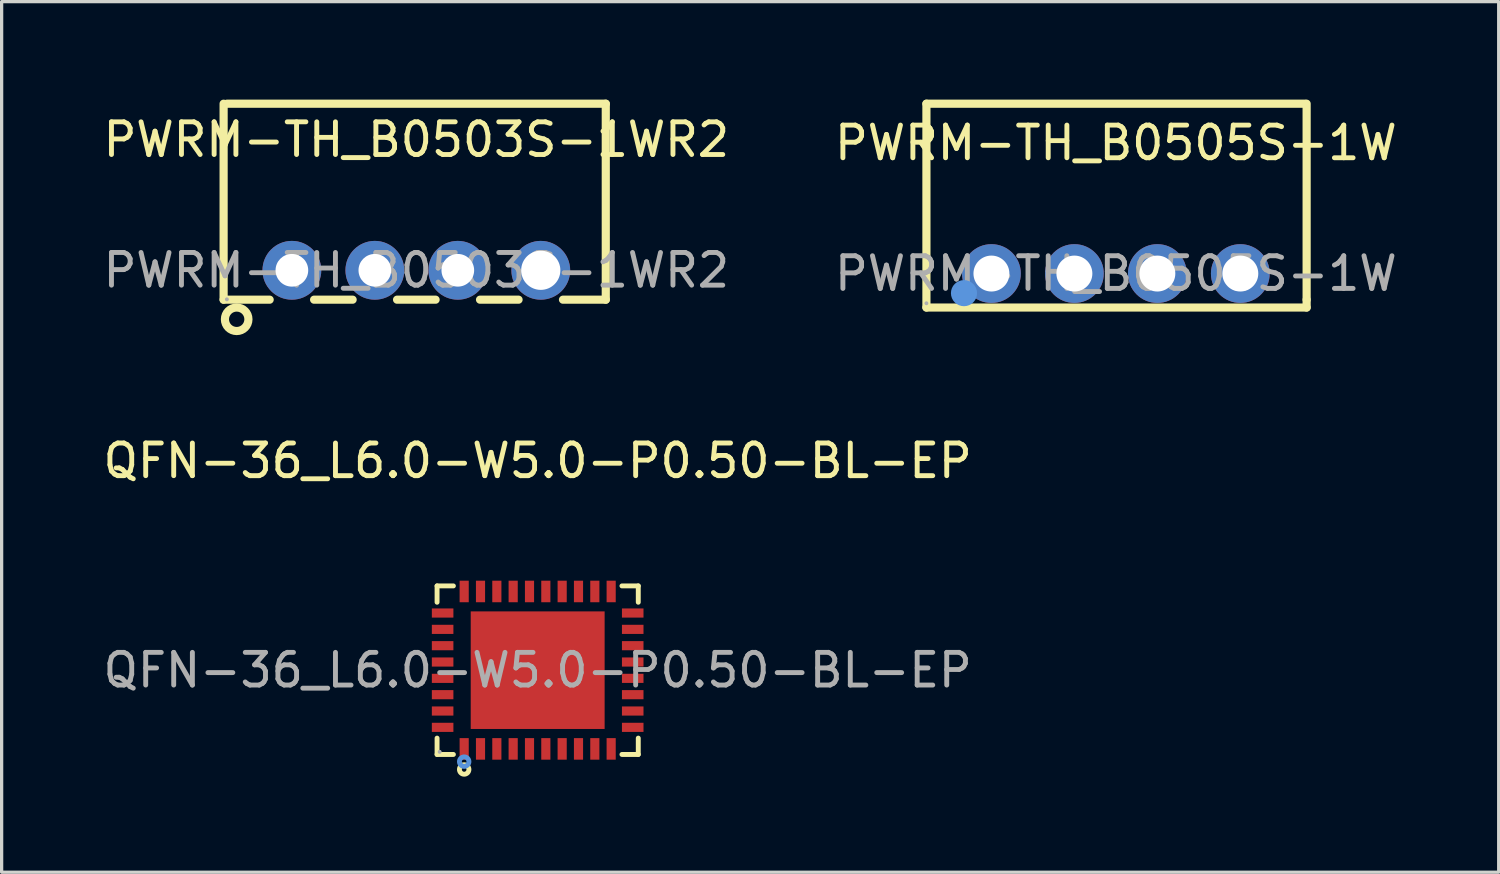
<source format=kicad_pcb>
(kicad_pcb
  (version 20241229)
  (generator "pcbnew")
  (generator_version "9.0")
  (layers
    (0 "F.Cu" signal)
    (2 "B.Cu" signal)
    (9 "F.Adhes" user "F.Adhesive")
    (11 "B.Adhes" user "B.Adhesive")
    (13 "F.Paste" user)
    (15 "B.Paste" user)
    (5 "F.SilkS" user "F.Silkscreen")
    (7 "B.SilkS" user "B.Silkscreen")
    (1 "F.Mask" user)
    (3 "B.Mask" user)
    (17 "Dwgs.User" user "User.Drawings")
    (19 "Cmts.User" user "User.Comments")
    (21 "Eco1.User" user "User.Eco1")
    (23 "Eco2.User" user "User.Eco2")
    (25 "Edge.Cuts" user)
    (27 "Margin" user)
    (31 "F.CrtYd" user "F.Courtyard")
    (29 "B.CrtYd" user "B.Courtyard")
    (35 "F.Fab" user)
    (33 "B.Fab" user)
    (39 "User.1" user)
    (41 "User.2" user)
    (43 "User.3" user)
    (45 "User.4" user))
  (footprint "PWRM-TH_B0503S-1WR2"
    (layer "F.Cu")
    (at 9.696 5.225)
    (property "Reference" "PWRM-TH_B0503S-1WR2" (at 0 -4 0) (layer "F.SilkS") (effects (font (size 1 1) (thickness 0.15))))
    (attr smd)
    (fp_line (start -5.9 0.9) (end -5.9 -5.1) (stroke (width 0.25) (type solid)) (layer "F.SilkS"))
    (fp_line (start -5.8 -5.1) (end 5.8 -5.1) (stroke (width 0.25) (type solid)) (layer "F.SilkS"))
    (fp_line (start -4.49 0.9) (end -5.9 0.9) (stroke (width 0.25) (type solid)) (layer "F.SilkS"))
    (fp_line (start -1.95 0.9) (end -3.13 0.9) (stroke (width 0.25) (type solid)) (layer "F.SilkS"))
    (fp_line (start 0.59 0.9) (end -0.59 0.9) (stroke (width 0.25) (type solid)) (layer "F.SilkS"))
    (fp_line (start 3.13 0.9) (end 1.95 0.9) (stroke (width 0.25) (type solid)) (layer "F.SilkS"))
    (fp_line (start 5.8 -5.1) (end 5.8 0.9) (stroke (width 0.25) (type solid)) (layer "F.SilkS"))
    (fp_line (start 5.8 0.9) (end 4.49 0.9) (stroke (width 0.25) (type solid)) (layer "F.SilkS"))
    (fp_circle (center -5.5 1.5) (end -5.14 1.5) (stroke (width 0.25) (type solid)) (fill no) (layer "F.SilkS"))
    (fp_circle (center -5.8 0.89) (end -5.77 0.89) (stroke (width 0.06) (type solid)) (fill no) (layer "F.Fab"))
    (fp_text user "${REFERENCE}" (at 0 0 0) (layer "F.Fab") (effects (font (size 1 1) (thickness 0.15))))
    (pad "1" thru_hole circle (at -3.81 0) (size 1.8 1.8) (drill 1) (layers "*.Cu" "*.Paste" "*.Mask"))
    (pad "2" thru_hole circle (at -1.27 0) (size 1.8 1.8) (drill 1) (layers "*.Cu" "*.Paste" "*.Mask"))
    (pad "3" thru_hole circle (at 1.27 0) (size 1.8 1.8) (drill 1) (layers "*.Cu" "*.Paste" "*.Mask"))
    (pad "4" thru_hole circle (at 3.81 0) (size 1.8 1.8) (drill 1.2) (layers "*.Cu" "*.Paste" "*.Mask")))
  (footprint "PWRM-TH_B0505S-1W"
    (layer "F.Cu")
    (at 31.113 5.325)
    (property "Reference" "PWRM-TH_B0505S-1W" (at 0 -4 0) (layer "F.SilkS") (effects (font (size 1 1) (thickness 0.15))))
    (attr smd)
    (fp_line (start -5.8 -5.2) (end -5.8 1.04) (stroke (width 0.25) (type solid)) (layer "F.SilkS"))
    (fp_line (start -5.8 1.04) (end 5.84 1.04) (stroke (width 0.25) (type solid)) (layer "F.SilkS"))
    (fp_line (start 5.8 -5.2) (end -5.8 -5.2) (stroke (width 0.25) (type solid)) (layer "F.SilkS"))
    (fp_line (start 5.84 -5.2) (end 5.84 0.8) (stroke (width 0.25) (type solid)) (layer "F.SilkS"))
    (fp_line (start 5.84 1.04) (end 5.84 0.8) (stroke (width 0.25) (type solid)) (layer "F.SilkS"))
    (fp_circle (center -4.65 0.6) (end -4.45 0.6) (stroke (width 0.4) (type solid)) (fill no) (layer "Cmts.User"))
    (fp_circle (center -5.8 0.91) (end -5.77 0.91) (stroke (width 0.06) (type solid)) (fill no) (layer "F.Fab"))
    (fp_text user "${REFERENCE}" (at 0 0 0) (layer "F.Fab") (effects (font (size 1 1) (thickness 0.15))))
    (pad "1" thru_hole circle (at -3.81 0) (size 1.8 1.8) (drill 1.1) (layers "*.Cu" "*.Paste" "*.Mask"))
    (pad "2" thru_hole circle (at -1.27 0) (size 1.8 1.8) (drill 1.1) (layers "*.Cu" "*.Paste" "*.Mask"))
    (pad "3" thru_hole circle (at 1.27 0) (size 1.8 1.8) (drill 1.1) (layers "*.Cu" "*.Paste" "*.Mask"))
    (pad "4" thru_hole circle (at 3.81 0) (size 1.8 1.8) (drill 1.1) (layers "*.Cu" "*.Paste" "*.Mask")))
  (footprint "QFN-36_L6.0-W5.0-P0.50-BL-EP"
    (layer "F.Cu")
    (at 13.411 17.468)
    (property "Reference" "QFN-36_L6.0-W5.0-P0.50-BL-EP" (at 0 -6.41 0) (layer "F.SilkS") (effects (font (size 1 1) (thickness 0.15))))
    (attr smd)
    (fp_line (start -3.08 -2.58) (end -2.58 -2.58) (stroke (width 0.15) (type solid)) (layer "F.SilkS"))
    (fp_line (start -3.08 -2.08) (end -3.08 -2.58) (stroke (width 0.15) (type solid)) (layer "F.SilkS"))
    (fp_line (start -3.08 2.08) (end -3.08 2.58) (stroke (width 0.15) (type solid)) (layer "F.SilkS"))
    (fp_line (start -3.08 2.58) (end -2.58 2.58) (stroke (width 0.15) (type solid)) (layer "F.SilkS"))
    (fp_line (start 3.08 -2.58) (end 2.58 -2.58) (stroke (width 0.15) (type solid)) (layer "F.SilkS"))
    (fp_line (start 3.08 -2.08) (end 3.08 -2.58) (stroke (width 0.15) (type solid)) (layer "F.SilkS"))
    (fp_line (start 3.08 2.08) (end 3.08 2.58) (stroke (width 0.15) (type solid)) (layer "F.SilkS"))
    (fp_line (start 3.08 2.58) (end 2.58 2.58) (stroke (width 0.15) (type solid)) (layer "F.SilkS"))
    (fp_circle (center -2.25 3.04) (end -2.18 3.04) (stroke (width 0.15) (type solid)) (fill no) (layer "F.SilkS"))
    (fp_circle (center -2.25 2.8) (end -2.18 2.8) (stroke (width 0.15) (type solid)) (fill no) (layer "Cmts.User"))
    (fp_circle (center -3 2.5) (end -2.97 2.5) (stroke (width 0.06) (type solid)) (fill no) (layer "F.Fab"))
    (fp_text user "${REFERENCE}" (at 0 0 0) (layer "F.Fab") (effects (font (size 1 1) (thickness 0.15))))
    (pad "1" smd rect (at -2.25 2.41) (size 0.28 0.66) (layers "F.Cu" "F.Mask" "F.Paste"))
    (pad "2" smd rect (at -1.75 2.41) (size 0.28 0.66) (layers "F.Cu" "F.Mask" "F.Paste"))
    (pad "3" smd rect (at -1.25 2.41) (size 0.28 0.66) (layers "F.Cu" "F.Mask" "F.Paste"))
    (pad "4" smd rect (at -0.75 2.41) (size 0.28 0.66) (layers "F.Cu" "F.Mask" "F.Paste"))
    (pad "5" smd rect (at -0.25 2.41) (size 0.28 0.66) (layers "F.Cu" "F.Mask" "F.Paste"))
    (pad "6" smd rect (at 0.25 2.41) (size 0.28 0.66) (layers "F.Cu" "F.Mask" "F.Paste"))
    (pad "7" smd rect (at 0.75 2.41) (size 0.28 0.66) (layers "F.Cu" "F.Mask" "F.Paste"))
    (pad "8" smd rect (at 1.25 2.41) (size 0.28 0.66) (layers "F.Cu" "F.Mask" "F.Paste"))
    (pad "9" smd rect (at 1.75 2.41) (size 0.28 0.66) (layers "F.Cu" "F.Mask" "F.Paste"))
    (pad "10" smd rect (at 2.25 2.41) (size 0.28 0.66) (layers "F.Cu" "F.Mask" "F.Paste"))
    (pad "11" smd rect (at 2.91 1.75) (size 0.66 0.28) (layers "F.Cu" "F.Mask" "F.Paste"))
    (pad "12" smd rect (at 2.91 1.25) (size 0.66 0.28) (layers "F.Cu" "F.Mask" "F.Paste"))
    (pad "13" smd rect (at 2.91 0.75) (size 0.66 0.28) (layers "F.Cu" "F.Mask" "F.Paste"))
    (pad "14" smd rect (at 2.91 0.25) (size 0.66 0.28) (layers "F.Cu" "F.Mask" "F.Paste"))
    (pad "15" smd rect (at 2.91 -0.25) (size 0.66 0.28) (layers "F.Cu" "F.Mask" "F.Paste"))
    (pad "16" smd rect (at 2.91 -0.75) (size 0.66 0.28) (layers "F.Cu" "F.Mask" "F.Paste"))
    (pad "17" smd rect (at 2.91 -1.25) (size 0.66 0.28) (layers "F.Cu" "F.Mask" "F.Paste"))
    (pad "18" smd rect (at 2.91 -1.75) (size 0.66 0.28) (layers "F.Cu" "F.Mask" "F.Paste"))
    (pad "19" smd rect (at 2.25 -2.41) (size 0.28 0.66) (layers "F.Cu" "F.Mask" "F.Paste"))
    (pad "20" smd rect (at 1.75 -2.41) (size 0.28 0.66) (layers "F.Cu" "F.Mask" "F.Paste"))
    (pad "21" smd rect (at 1.25 -2.41) (size 0.28 0.66) (layers "F.Cu" "F.Mask" "F.Paste"))
    (pad "22" smd rect (at 0.75 -2.41) (size 0.28 0.66) (layers "F.Cu" "F.Mask" "F.Paste"))
    (pad "23" smd rect (at 0.25 -2.41) (size 0.28 0.66) (layers "F.Cu" "F.Mask" "F.Paste"))
    (pad "24" smd rect (at -0.25 -2.41) (size 0.28 0.66) (layers "F.Cu" "F.Mask" "F.Paste"))
    (pad "25" smd rect (at -0.75 -2.41) (size 0.28 0.66) (layers "F.Cu" "F.Mask" "F.Paste"))
    (pad "26" smd rect (at -1.25 -2.41) (size 0.28 0.66) (layers "F.Cu" "F.Mask" "F.Paste"))
    (pad "27" smd rect (at -1.75 -2.41) (size 0.28 0.66) (layers "F.Cu" "F.Mask" "F.Paste"))
    (pad "28" smd rect (at -2.25 -2.41) (size 0.28 0.66) (layers "F.Cu" "F.Mask" "F.Paste"))
    (pad "29" smd rect (at -2.91 -1.75) (size 0.66 0.28) (layers "F.Cu" "F.Mask" "F.Paste"))
    (pad "30" smd rect (at -2.91 -1.25) (size 0.66 0.28) (layers "F.Cu" "F.Mask" "F.Paste"))
    (pad "31" smd rect (at -2.91 -0.75) (size 0.66 0.28) (layers "F.Cu" "F.Mask" "F.Paste"))
    (pad "32" smd rect (at -2.91 -0.25) (size 0.66 0.28) (layers "F.Cu" "F.Mask" "F.Paste"))
    (pad "33" smd rect (at -2.91 0.25) (size 0.66 0.28) (layers "F.Cu" "F.Mask" "F.Paste"))
    (pad "34" smd rect (at -2.91 0.75) (size 0.66 0.28) (layers "F.Cu" "F.Mask" "F.Paste"))
    (pad "35" smd rect (at -2.91 1.25) (size 0.66 0.28) (layers "F.Cu" "F.Mask" "F.Paste"))
    (pad "36" smd rect (at -2.91 1.75) (size 0.66 0.28) (layers "F.Cu" "F.Mask" "F.Paste"))
    (pad "37" smd rect (at 0 0) (size 4.1 3.6) (layers "F.Cu" "F.Mask" "F.Paste")))
  (gr_rect
    (start -3 -3)
    (end 42.833 23.653)
    (stroke (width 0.1) (type default))
    (fill no)
    (layer "Edge.Cuts")))
</source>
